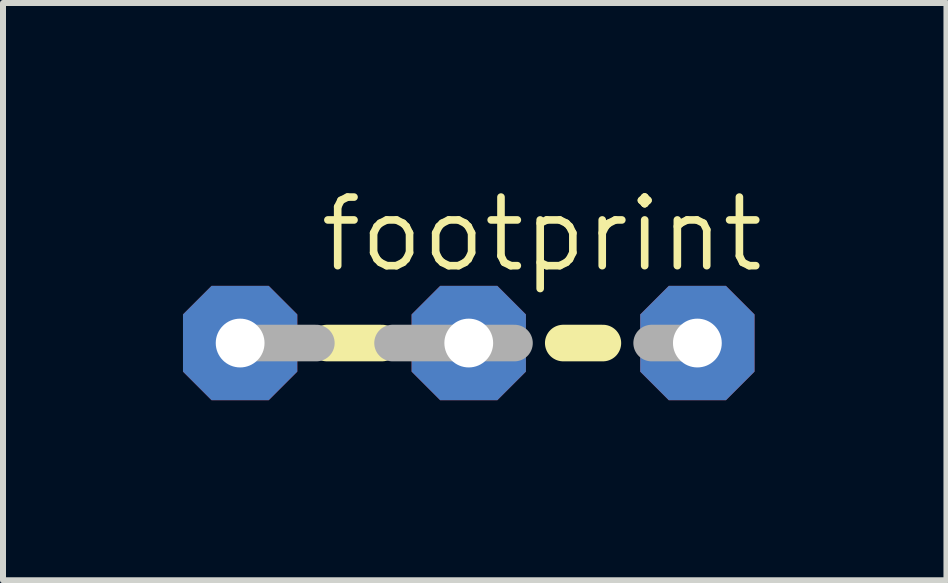
<source format=kicad_pcb>
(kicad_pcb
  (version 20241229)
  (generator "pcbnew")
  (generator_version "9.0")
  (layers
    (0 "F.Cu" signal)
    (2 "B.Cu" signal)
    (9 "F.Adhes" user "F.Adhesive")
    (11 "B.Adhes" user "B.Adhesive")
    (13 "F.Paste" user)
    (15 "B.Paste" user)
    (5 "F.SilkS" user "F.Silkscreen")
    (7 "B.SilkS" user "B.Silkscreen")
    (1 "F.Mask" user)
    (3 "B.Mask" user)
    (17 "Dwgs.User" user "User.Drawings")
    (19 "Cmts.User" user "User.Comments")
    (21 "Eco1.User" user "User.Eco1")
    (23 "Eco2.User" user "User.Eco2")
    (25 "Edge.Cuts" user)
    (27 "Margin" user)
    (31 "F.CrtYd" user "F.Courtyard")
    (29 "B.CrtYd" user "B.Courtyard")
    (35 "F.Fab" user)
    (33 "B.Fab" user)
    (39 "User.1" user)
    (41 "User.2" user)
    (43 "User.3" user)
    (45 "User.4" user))
  (footprint "footprint"
    (layer "F.Cu")
    (at 2.857 2.667)
    (property "Reference" "footprint" (at -0.635 -1.143 0) (layer "F.SilkS") (effects (font (size 1.143 1.143) (thickness 0.127)) (justify left bottom)))
    (fp_line (start -0.457 0) (end 0.457 0) (stroke (width 0.61) (type solid)) (layer "F.SilkS"))
    (fp_line (start 3.48 0) (end 4.14 0) (stroke (width 0.61) (type solid)) (layer "F.SilkS"))
    (fp_line (start -1.905 0) (end -0.635 0) (stroke (width 0.61) (type solid)) (layer "F.Fab"))
    (fp_line (start 1.905 0) (end 0.635 0) (stroke (width 0.61) (type solid)) (layer "F.Fab"))
    (fp_line (start 2.667 0) (end 2.032 0) (stroke (width 0.61) (type solid)) (layer "F.Fab"))
    (fp_line (start 5.715 0) (end 4.953 0) (stroke (width 0.61) (type solid)) (layer "F.Fab"))
    (pad "1" thru_hole roundrect (at -1.905 0) (size 1.905 1.905) (drill 0.813) (layers "*.Cu" "*.Mask") (roundrect_rratio 0.25) (chamfer_ratio 0.25) (chamfer top_left top_right bottom_left bottom_right))
    (pad "2" thru_hole roundrect (at 1.905 0) (size 1.905 1.905) (drill 0.813) (layers "*.Cu" "*.Mask") (roundrect_rratio 0.25) (chamfer_ratio 0.25) (chamfer top_left top_right bottom_left bottom_right))
    (pad "3" thru_hole roundrect (at 5.715 0) (size 1.905 1.905) (drill 0.813) (layers "*.Cu" "*.Mask") (roundrect_rratio 0.25) (chamfer_ratio 0.25) (chamfer top_left top_right bottom_left bottom_right)))
  (gr_rect
    (start -3 -3)
    (end 12.723 6.62)
    (stroke (width 0.1) (type default))
    (fill no)
    (layer "Edge.Cuts")))
</source>
